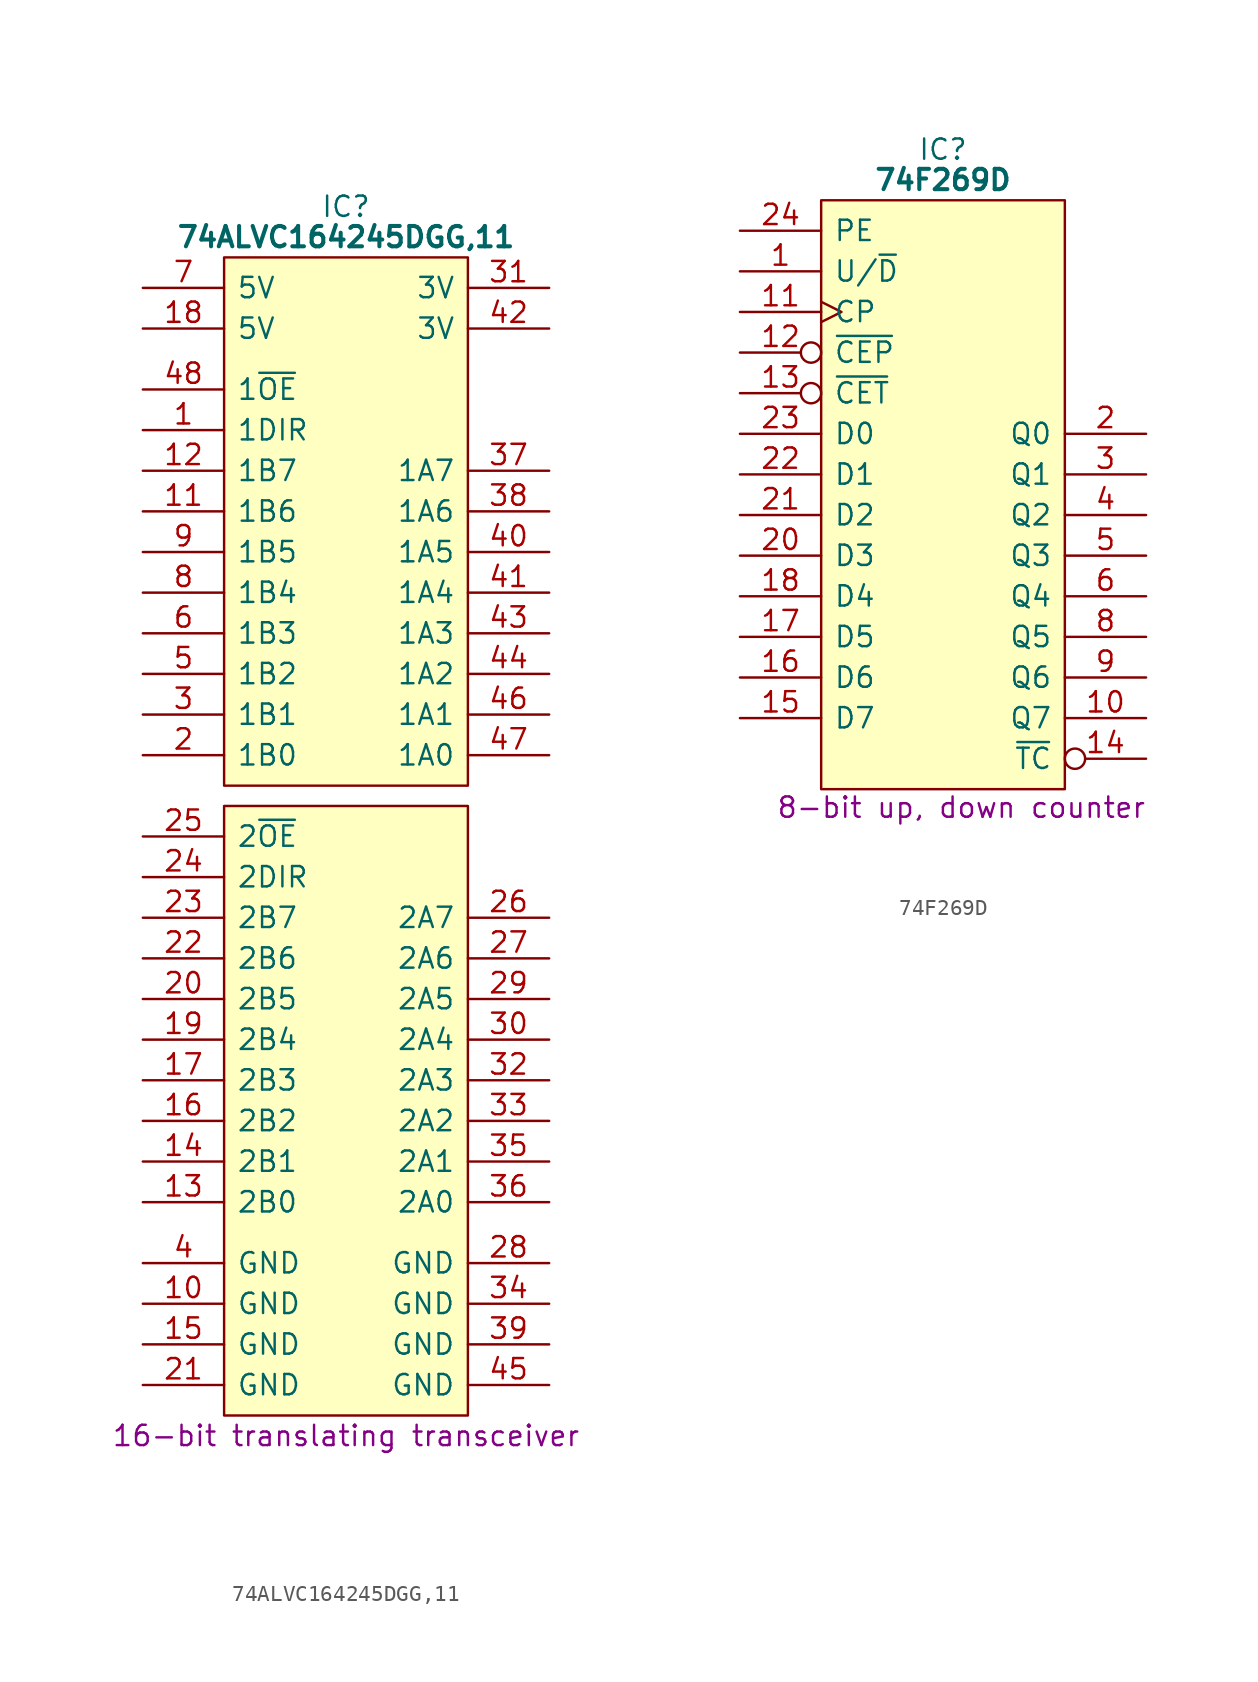
<source format=kicad_sym>
(kicad_symbol_lib
  (version 20231120)
  (generator "kicad_symbol_editor")
  (generator_version "8.0")
  (symbol "74ALVC164245DGG,11"
    (pin_names
      (offset 0.762))
    (property "Reference" "IC"
      (at 12.7 5.08 0)
      (effects (font (size 1.27 1.27))))
    (property "Value" "74ALVC164245DGG,11"
      (at 12.7 3.175 0)
      (effects (font (size 1.27 1.27) (bold yes))))
    (property "Description" "16-bit translating transceiver"
      (at 12.7 -71.755 0)
      (effects (font (size 1.27 1.27))))
    (symbol "74ALVC164245DGG,11_0_0"
      (pin input line (at 0 -8.89 0) (length 5.08) (name "1DIR" (effects (font (size 1.27 1.27)))) (number "1" (effects (font (size 1.27 1.27)))))
      (pin passive line (at 0 -63.5 0) (length 5.08) (name "GND" (effects (font (size 1.27 1.27)))) (number "10" (effects (font (size 1.27 1.27)))))
      (pin bidirectional line (at 0 -13.97 0) (length 5.08) (name "1B6" (effects (font (size 1.27 1.27)))) (number "11" (effects (font (size 1.27 1.27)))))
      (pin bidirectional line (at 0 -11.43 0) (length 5.08) (name "1B7" (effects (font (size 1.27 1.27)))) (number "12" (effects (font (size 1.27 1.27)))))
      (pin bidirectional line (at 0 -57.15 0) (length 5.08) (name "2B0" (effects (font (size 1.27 1.27)))) (number "13" (effects (font (size 1.27 1.27)))))
      (pin bidirectional line (at 0 -54.61 0) (length 5.08) (name "2B1" (effects (font (size 1.27 1.27)))) (number "14" (effects (font (size 1.27 1.27)))))
      (pin passive line (at 0 -66.04 0) (length 5.08) (name "GND" (effects (font (size 1.27 1.27)))) (number "15" (effects (font (size 1.27 1.27)))))
      (pin bidirectional line (at 0 -52.07 0) (length 5.08) (name "2B2" (effects (font (size 1.27 1.27)))) (number "16" (effects (font (size 1.27 1.27)))))
      (pin bidirectional line (at 0 -49.53 0) (length 5.08) (name "2B3" (effects (font (size 1.27 1.27)))) (number "17" (effects (font (size 1.27 1.27)))))
      (pin passive line (at 0 -2.54 0) (length 5.08) (name "5V" (effects (font (size 1.27 1.27)))) (number "18" (effects (font (size 1.27 1.27)))))
      (pin bidirectional line (at 0 -46.99 0) (length 5.08) (name "2B4" (effects (font (size 1.27 1.27)))) (number "19" (effects (font (size 1.27 1.27)))))
      (pin bidirectional line (at 0 -29.21 0) (length 5.08) (name "1B0" (effects (font (size 1.27 1.27)))) (number "2" (effects (font (size 1.27 1.27)))))
      (pin bidirectional line (at 0 -44.45 0) (length 5.08) (name "2B5" (effects (font (size 1.27 1.27)))) (number "20" (effects (font (size 1.27 1.27)))))
      (pin passive line (at 0 -68.58 0) (length 5.08) (name "GND" (effects (font (size 1.27 1.27)))) (number "21" (effects (font (size 1.27 1.27)))))
      (pin bidirectional line (at 0 -41.91 0) (length 5.08) (name "2B6" (effects (font (size 1.27 1.27)))) (number "22" (effects (font (size 1.27 1.27)))))
      (pin bidirectional line (at 0 -39.37 0) (length 5.08) (name "2B7" (effects (font (size 1.27 1.27)))) (number "23" (effects (font (size 1.27 1.27)))))
      (pin input line (at 0 -36.83 0) (length 5.08) (name "2DIR" (effects (font (size 1.27 1.27)))) (number "24" (effects (font (size 1.27 1.27)))))
      (pin input line (at 0 -34.29 0) (length 5.08) (name "2~{OE}" (effects (font (size 1.27 1.27)))) (number "25" (effects (font (size 1.27 1.27)))))
      (pin bidirectional line (at 25.4 -39.37 180) (length 5.08) (name "2A7" (effects (font (size 1.27 1.27)))) (number "26" (effects (font (size 1.27 1.27)))))
      (pin bidirectional line (at 25.4 -41.91 180) (length 5.08) (name "2A6" (effects (font (size 1.27 1.27)))) (number "27" (effects (font (size 1.27 1.27)))))
      (pin passive line (at 25.4 -60.96 180) (length 5.08) (name "GND" (effects (font (size 1.27 1.27)))) (number "28" (effects (font (size 1.27 1.27)))))
      (pin bidirectional line (at 25.4 -44.45 180) (length 5.08) (name "2A5" (effects (font (size 1.27 1.27)))) (number "29" (effects (font (size 1.27 1.27)))))
      (pin bidirectional line (at 0 -26.67 0) (length 5.08) (name "1B1" (effects (font (size 1.27 1.27)))) (number "3" (effects (font (size 1.27 1.27)))))
      (pin bidirectional line (at 25.4 -46.99 180) (length 5.08) (name "2A4" (effects (font (size 1.27 1.27)))) (number "30" (effects (font (size 1.27 1.27)))))
      (pin passive line (at 25.4 0 180) (length 5.08) (name "3V" (effects (font (size 1.27 1.27)))) (number "31" (effects (font (size 1.27 1.27)))))
      (pin bidirectional line (at 25.4 -49.53 180) (length 5.08) (name "2A3" (effects (font (size 1.27 1.27)))) (number "32" (effects (font (size 1.27 1.27)))))
      (pin bidirectional line (at 25.4 -52.07 180) (length 5.08) (name "2A2" (effects (font (size 1.27 1.27)))) (number "33" (effects (font (size 1.27 1.27)))))
      (pin passive line (at 25.4 -63.5 180) (length 5.08) (name "GND" (effects (font (size 1.27 1.27)))) (number "34" (effects (font (size 1.27 1.27)))))
      (pin bidirectional line (at 25.4 -54.61 180) (length 5.08) (name "2A1" (effects (font (size 1.27 1.27)))) (number "35" (effects (font (size 1.27 1.27)))))
      (pin bidirectional line (at 25.4 -57.15 180) (length 5.08) (name "2A0" (effects (font (size 1.27 1.27)))) (number "36" (effects (font (size 1.27 1.27)))))
      (pin bidirectional line (at 25.4 -11.43 180) (length 5.08) (name "1A7" (effects (font (size 1.27 1.27)))) (number "37" (effects (font (size 1.27 1.27)))))
      (pin bidirectional line (at 25.4 -13.97 180) (length 5.08) (name "1A6" (effects (font (size 1.27 1.27)))) (number "38" (effects (font (size 1.27 1.27)))))
      (pin passive line (at 25.4 -66.04 180) (length 5.08) (name "GND" (effects (font (size 1.27 1.27)))) (number "39" (effects (font (size 1.27 1.27)))))
      (pin passive line (at 0 -60.96 0) (length 5.08) (name "GND" (effects (font (size 1.27 1.27)))) (number "4" (effects (font (size 1.27 1.27)))))
      (pin bidirectional line (at 25.4 -16.51 180) (length 5.08) (name "1A5" (effects (font (size 1.27 1.27)))) (number "40" (effects (font (size 1.27 1.27)))))
      (pin bidirectional line (at 25.4 -19.05 180) (length 5.08) (name "1A4" (effects (font (size 1.27 1.27)))) (number "41" (effects (font (size 1.27 1.27)))))
      (pin passive line (at 25.4 -2.54 180) (length 5.08) (name "3V" (effects (font (size 1.27 1.27)))) (number "42" (effects (font (size 1.27 1.27)))))
      (pin bidirectional line (at 25.4 -21.59 180) (length 5.08) (name "1A3" (effects (font (size 1.27 1.27)))) (number "43" (effects (font (size 1.27 1.27)))))
      (pin bidirectional line (at 25.4 -24.13 180) (length 5.08) (name "1A2" (effects (font (size 1.27 1.27)))) (number "44" (effects (font (size 1.27 1.27)))))
      (pin passive line (at 25.4 -68.58 180) (length 5.08) (name "GND" (effects (font (size 1.27 1.27)))) (number "45" (effects (font (size 1.27 1.27)))))
      (pin bidirectional line (at 25.4 -26.67 180) (length 5.08) (name "1A1" (effects (font (size 1.27 1.27)))) (number "46" (effects (font (size 1.27 1.27)))))
      (pin bidirectional line (at 25.4 -29.21 180) (length 5.08) (name "1A0" (effects (font (size 1.27 1.27)))) (number "47" (effects (font (size 1.27 1.27)))))
      (pin input line (at 0 -6.35 0) (length 5.08) (name "1~{OE}" (effects (font (size 1.27 1.27)))) (number "48" (effects (font (size 1.27 1.27)))))
      (pin bidirectional line (at 0 -24.13 0) (length 5.08) (name "1B2" (effects (font (size 1.27 1.27)))) (number "5" (effects (font (size 1.27 1.27)))))
      (pin bidirectional line (at 0 -21.59 0) (length 5.08) (name "1B3" (effects (font (size 1.27 1.27)))) (number "6" (effects (font (size 1.27 1.27)))))
      (pin passive line (at 0 0 0) (length 5.08) (name "5V" (effects (font (size 1.27 1.27)))) (number "7" (effects (font (size 1.27 1.27)))))
      (pin bidirectional line (at 0 -19.05 0) (length 5.08) (name "1B4" (effects (font (size 1.27 1.27)))) (number "8" (effects (font (size 1.27 1.27)))))
      (pin bidirectional line (at 0 -16.51 0) (length 5.08) (name "1B5" (effects (font (size 1.27 1.27)))) (number "9" (effects (font (size 1.27 1.27))))))
    (symbol "74ALVC164245DGG,11_0_1"
      (polyline (pts (xy 5.08 -32.385) (xy 20.32 -32.385) (xy 20.32 -70.485) (xy 5.08 -70.485) (xy 5.08 -32.385)) (stroke (width 0.152) (type default)) (fill (type background)))
      (polyline (pts (xy 5.08 1.905) (xy 20.32 1.905) (xy 20.32 -31.115) (xy 5.08 -31.115) (xy 5.08 1.905)) (stroke (width 0.152) (type default)) (fill (type background)))))
  (symbol "74F269D"
    (pin_names
      (offset 0.762))
    (property "Reference" "IC"
      (at 12.7 5.08 0)
      (effects (font (size 1.27 1.27))))
    (property "Value" "74F269D"
      (at 12.7 3.175 0)
      (effects (font (size 1.27 1.27) (bold yes))))
    (property "Description" "8-bit up, down counter"
      (at 13.843 -36.068 0)
      (effects (font (size 1.27 1.27))))
    (symbol "74F269D_0_1"
      (polyline (pts (xy 5.08 1.905) (xy 20.32 1.905) (xy 20.32 -34.925) (xy 5.08 -34.925) (xy 5.08 1.905)) (stroke (width 0.152) (type default)) (fill (type background))))
    (symbol "74F269D_1_0"
      (pin input line (at 0 -2.54 0) (length 5.08) (name "U/~{D}" (effects (font (size 1.27 1.27)))) (number "1" (effects (font (size 1.27 1.27)))))
      (pin output line (at 25.4 -30.48 180) (length 5.08) (name "Q7" (effects (font (size 1.27 1.27)))) (number "10" (effects (font (size 1.27 1.27)))))
      (pin input clock (at 0 -5.08 0) (length 5.08) (name "CP" (effects (font (size 1.27 1.27)))) (number "11" (effects (font (size 1.27 1.27)))))
      (pin input inverted (at 0 -7.62 0) (length 5.08) (name "~{CEP}" (effects (font (size 1.27 1.27)))) (number "12" (effects (font (size 1.27 1.27)))))
      (pin input inverted (at 0 -10.16 0) (length 5.08) (name "~{CET}" (effects (font (size 1.27 1.27)))) (number "13" (effects (font (size 1.27 1.27)))))
      (pin output inverted (at 25.4 -33.02 180) (length 5.08) (name "~{TC}" (effects (font (size 1.27 1.27)))) (number "14" (effects (font (size 1.27 1.27)))))
      (pin input line (at 0 -30.48 0) (length 5.08) (name "D7" (effects (font (size 1.27 1.27)))) (number "15" (effects (font (size 1.27 1.27)))))
      (pin input line (at 0 -27.94 0) (length 5.08) (name "D6" (effects (font (size 1.27 1.27)))) (number "16" (effects (font (size 1.27 1.27)))))
      (pin input line (at 0 -25.4 0) (length 5.08) (name "D5" (effects (font (size 1.27 1.27)))) (number "17" (effects (font (size 1.27 1.27)))))
      (pin input line (at 0 -22.86 0) (length 5.08) (name "D4" (effects (font (size 1.27 1.27)))) (number "18" (effects (font (size 1.27 1.27)))))
      (pin passive line (at 25.4 0 180) (length 5.08) hide (name "5V" (effects (font (size 1.27 1.27)))) (number "19" (effects (font (size 1.27 1.27)))))
      (pin output line (at 25.4 -12.7 180) (length 5.08) (name "Q0" (effects (font (size 1.27 1.27)))) (number "2" (effects (font (size 1.27 1.27)))))
      (pin input line (at 0 -20.32 0) (length 5.08) (name "D3" (effects (font (size 1.27 1.27)))) (number "20" (effects (font (size 1.27 1.27)))))
      (pin input line (at 0 -17.78 0) (length 5.08) (name "D2" (effects (font (size 1.27 1.27)))) (number "21" (effects (font (size 1.27 1.27)))))
      (pin input line (at 0 -15.24 0) (length 5.08) (name "D1" (effects (font (size 1.27 1.27)))) (number "22" (effects (font (size 1.27 1.27)))))
      (pin input line (at 0 -12.7 0) (length 5.08) (name "D0" (effects (font (size 1.27 1.27)))) (number "23" (effects (font (size 1.27 1.27)))))
      (pin input line (at 0 0 0) (length 5.08) (name "PE" (effects (font (size 1.27 1.27)))) (number "24" (effects (font (size 1.27 1.27)))))
      (pin output line (at 25.4 -15.24 180) (length 5.08) (name "Q1" (effects (font (size 1.27 1.27)))) (number "3" (effects (font (size 1.27 1.27)))))
      (pin output line (at 25.4 -17.78 180) (length 5.08) (name "Q2" (effects (font (size 1.27 1.27)))) (number "4" (effects (font (size 1.27 1.27)))))
      (pin output line (at 25.4 -20.32 180) (length 5.08) (name "Q3" (effects (font (size 1.27 1.27)))) (number "5" (effects (font (size 1.27 1.27)))))
      (pin output line (at 25.4 -22.86 180) (length 5.08) (name "Q4" (effects (font (size 1.27 1.27)))) (number "6" (effects (font (size 1.27 1.27)))))
      (pin passive line (at 0 -33.02 0) (length 5.08) hide (name "GND" (effects (font (size 1.27 1.27)))) (number "7" (effects (font (size 1.27 1.27)))))
      (pin output line (at 25.4 -25.4 180) (length 5.08) (name "Q5" (effects (font (size 1.27 1.27)))) (number "8" (effects (font (size 1.27 1.27)))))
      (pin output line (at 25.4 -27.94 180) (length 5.08) (name "Q6" (effects (font (size 1.27 1.27)))) (number "9" (effects (font (size 1.27 1.27))))))))
</source>
